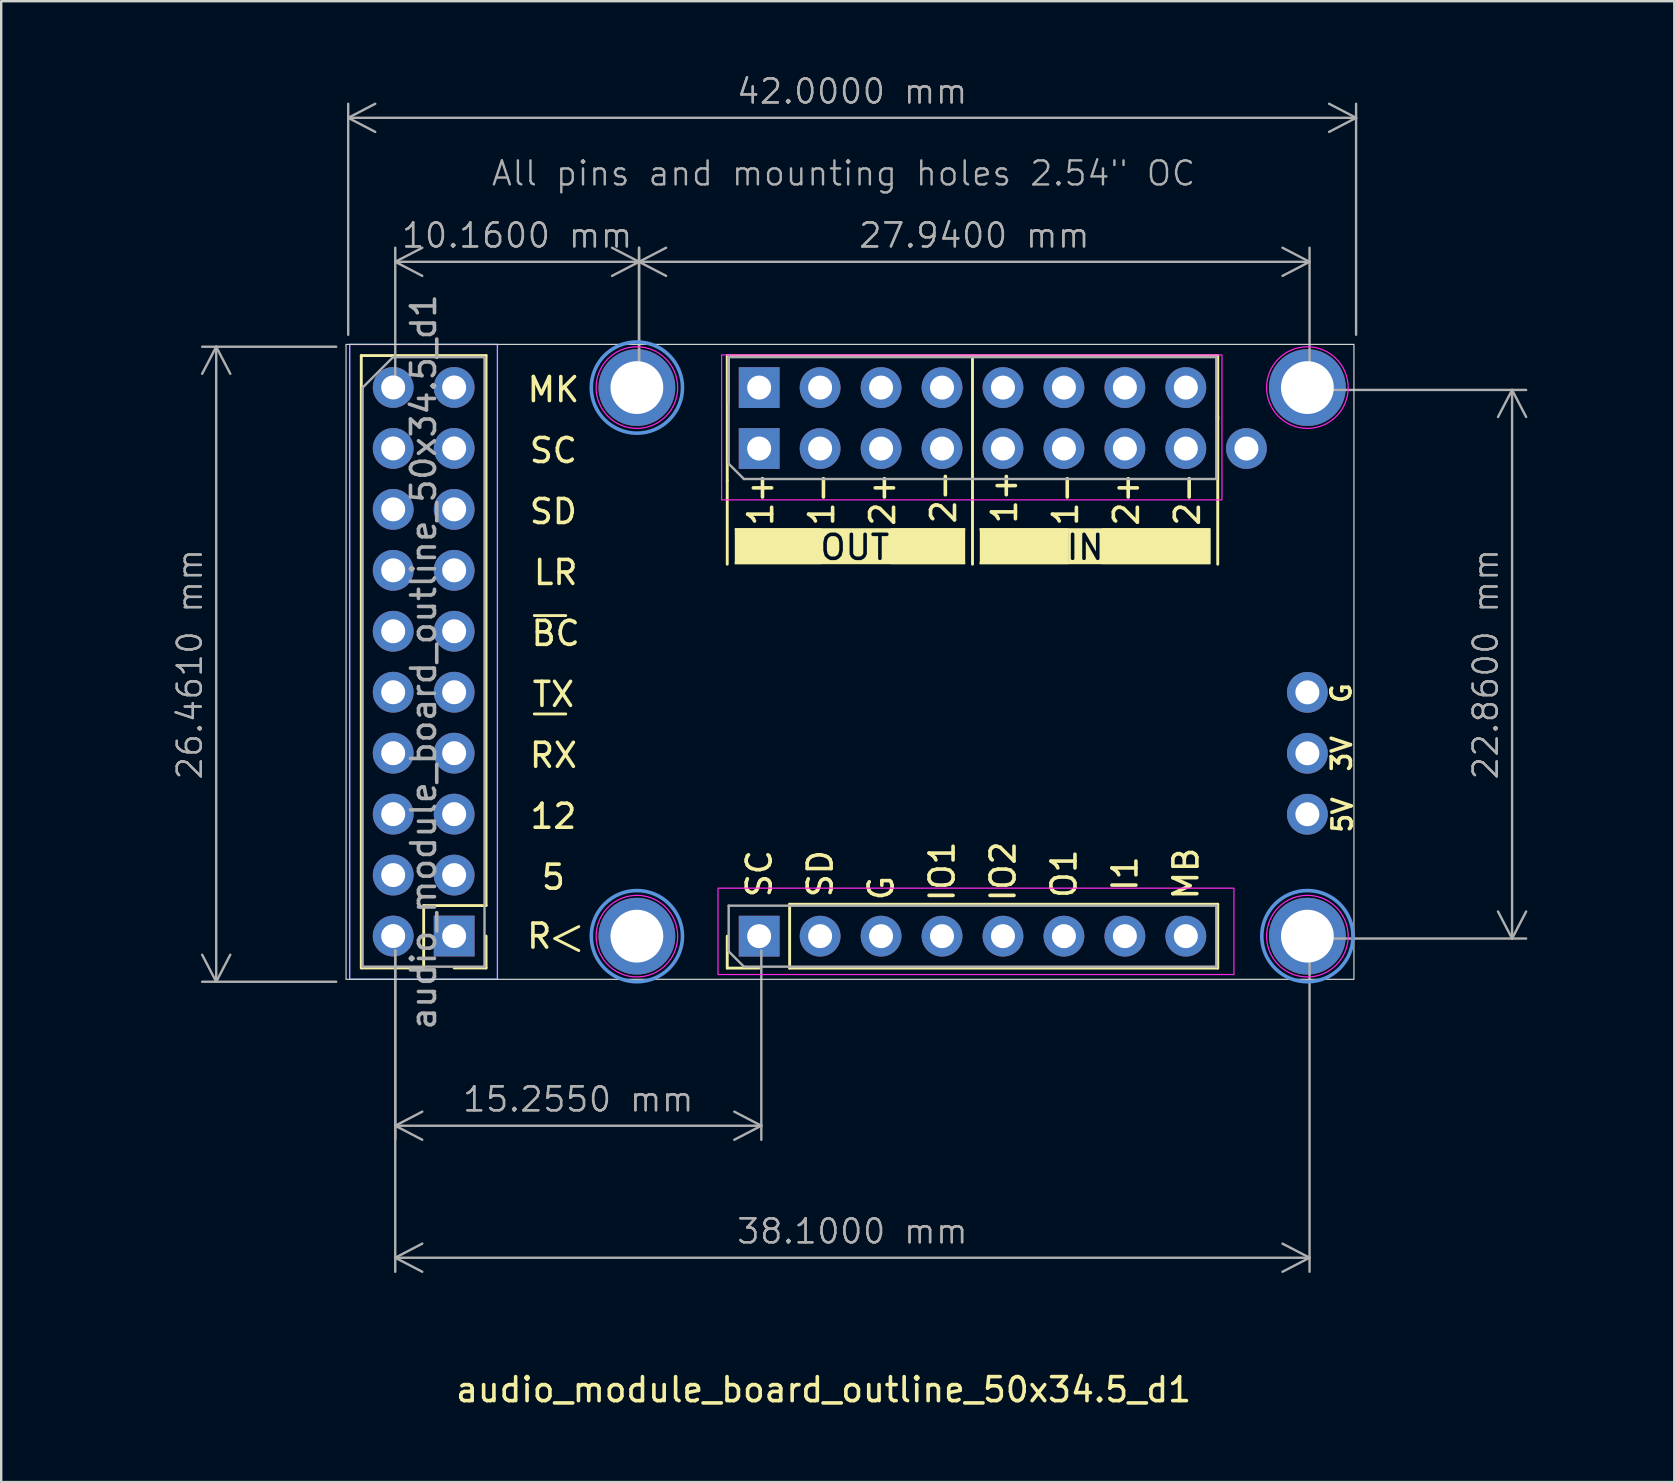
<source format=kicad_pcb>
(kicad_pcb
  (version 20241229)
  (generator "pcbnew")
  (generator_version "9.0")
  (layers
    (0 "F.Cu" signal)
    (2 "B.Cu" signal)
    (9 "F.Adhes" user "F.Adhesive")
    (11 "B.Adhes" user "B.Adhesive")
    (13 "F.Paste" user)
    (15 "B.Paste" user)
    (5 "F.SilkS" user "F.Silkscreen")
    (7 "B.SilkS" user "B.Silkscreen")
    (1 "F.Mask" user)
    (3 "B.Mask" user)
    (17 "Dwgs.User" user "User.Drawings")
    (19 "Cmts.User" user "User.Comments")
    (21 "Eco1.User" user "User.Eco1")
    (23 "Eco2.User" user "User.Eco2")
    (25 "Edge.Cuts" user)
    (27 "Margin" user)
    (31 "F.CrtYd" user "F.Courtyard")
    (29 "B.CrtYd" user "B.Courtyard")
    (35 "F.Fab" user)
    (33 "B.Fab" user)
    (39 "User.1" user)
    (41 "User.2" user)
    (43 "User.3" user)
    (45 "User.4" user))
  (footprint "audio_module_board_outline_50x34.5_d1"
    (layer "F.Cu")
    (at 11.37 37.761)
    (property "Reference" "audio_module_board_outline_50x34.5_d1" (at 19.9 17.1 180) (layer "F.SilkS") (effects (font (size 1 1) (thickness 0.15))))
    (attr through_hole dnp)
    (fp_line (start 0.635 -0.475) (end 0.635 -25.995) (stroke (width 0.12) (type solid)) (layer "F.SilkS"))
    (fp_line (start 3.235 -3.075) (end 3.235 -0.475) (stroke (width 0.12) (type solid)) (layer "F.SilkS"))
    (fp_line (start 3.235 -0.475) (end 0.635 -0.475) (stroke (width 0.12) (type solid)) (layer "F.SilkS"))
    (fp_line (start 5.835 -25.995) (end 0.635 -25.995) (stroke (width 0.12) (type solid)) (layer "F.SilkS"))
    (fp_line (start 5.835 -3.075) (end 3.235 -3.075) (stroke (width 0.12) (type solid)) (layer "F.SilkS"))
    (fp_line (start 5.835 -3.075) (end 5.835 -25.995) (stroke (width 0.12) (type solid)) (layer "F.SilkS"))
    (fp_line (start 5.835 -1.805) (end 5.835 -0.475) (stroke (width 0.12) (type solid)) (layer "F.SilkS"))
    (fp_line (start 5.835 -0.475) (end 4.505 -0.475) (stroke (width 0.12) (type solid)) (layer "F.SilkS"))
    (fp_line (start 7.845 -15.16) (end 9.155 -15.16) (stroke (width 0.12) (type solid)) (layer "F.SilkS"))
    (fp_line (start 8.7 -1.7) (end 9.7 -1.2) (stroke (width 0.12) (type solid)) (layer "F.SilkS"))
    (fp_line (start 9.155 -11.06) (end 7.845 -11.06) (stroke (width 0.12) (type solid)) (layer "F.SilkS"))
    (fp_line (start 9.7 -2.2) (end 8.7 -1.7) (stroke (width 0.12) (type solid)) (layer "F.SilkS"))
    (fp_line (start 15.885 -25.99) (end 36.325 -25.99) (stroke (width 0.12) (type solid)) (layer "F.SilkS"))
    (fp_line (start 15.885 -20.79) (end 15.885 -25.99) (stroke (width 0.12) (type solid)) (layer "F.SilkS"))
    (fp_line (start 15.885 -20.79) (end 15.885 -17.3) (stroke (width 0.12) (type solid)) (layer "F.SilkS"))
    (fp_line (start 15.885 -0.47) (end 15.885 -1.8) (stroke (width 0.12) (type solid)) (layer "F.SilkS"))
    (fp_line (start 17.215 -0.47) (end 15.885 -0.47) (stroke (width 0.12) (type solid)) (layer "F.SilkS"))
    (fp_line (start 18.485 -3.13) (end 36.325 -3.13) (stroke (width 0.12) (type solid)) (layer "F.SilkS"))
    (fp_line (start 18.485 -0.47) (end 18.485 -3.13) (stroke (width 0.12) (type solid)) (layer "F.SilkS"))
    (fp_line (start 18.485 -0.47) (end 36.325 -0.47) (stroke (width 0.12) (type solid)) (layer "F.SilkS"))
    (fp_line (start 26.105 -25.99) (end 26.105 -17.3) (stroke (width 0.12) (type solid)) (layer "F.SilkS"))
    (fp_line (start 36.325 -23.33) (end 36.325 -25.99) (stroke (width 0.12) (type solid)) (layer "F.SilkS"))
    (fp_line (start 36.325 -17.3) (end 36.325 -23.45) (stroke (width 0.12) (type solid)) (layer "F.SilkS"))
    (fp_line (start 36.325 -0.47) (end 36.325 -3.13) (stroke (width 0.12) (type solid)) (layer "F.SilkS"))
    (fp_rect (start 16.2 -18.8) (end 19.8 -17.3) (stroke (width 0) (type solid)) (fill yes) (layer "F.SilkS"))
    (fp_rect (start 16.2 -18.8) (end 25.8 -18.7) (stroke (width 0) (type solid)) (fill yes) (layer "F.SilkS"))
    (fp_rect (start 16.2 -17.4) (end 25.8 -17.3) (stroke (width 0) (type solid)) (fill yes) (layer "F.SilkS"))
    (fp_rect (start 22.7 -18.8) (end 25.8 -17.3) (stroke (width 0) (type solid)) (fill yes) (layer "F.SilkS"))
    (fp_rect (start 26.4 -18.8) (end 36 -18.7) (stroke (width 0) (type solid)) (fill yes) (layer "F.SilkS"))
    (fp_rect (start 26.4 -17.4) (end 36 -17.3) (stroke (width 0) (type solid)) (fill yes) (layer "F.SilkS"))
    (fp_rect (start 26.41 -18.8) (end 30.1 -17.3) (stroke (width 0) (type solid)) (fill yes) (layer "F.SilkS"))
    (fp_rect (start 31.5 -18.8) (end 36.03 -17.3) (stroke (width 0) (type solid)) (fill yes) (layer "F.SilkS"))
    (fp_circle (center 12.12 -24.66) (end 14.02 -24.66) (stroke (width 0.15) (type solid)) (fill no) (layer "Cmts.User"))
    (fp_circle (center 12.12 -1.8) (end 14.02 -1.8) (stroke (width 0.15) (type solid)) (fill no) (layer "Cmts.User"))
    (fp_circle (center 40.06 -1.8) (end 41.96 -1.8) (stroke (width 0.15) (type solid)) (fill no) (layer "Cmts.User"))
    (fp_rect (start 0 -26.46) (end 42 0) (stroke (width 0.05) (type default)) (fill no) (layer "Edge.Cuts"))
    (fp_rect (start 0.15 -26.46) (end 6.31 0) (stroke (width 0.05) (type default)) (fill no) (layer "B.CrtYd"))
    (fp_line (start 0.155 -26.455) (end 0.155 -0.005) (stroke (width 0.05) (type solid)) (layer "F.CrtYd"))
    (fp_line (start 0.155 -0.005) (end 6.305 -0.005) (stroke (width 0.05) (type solid)) (layer "F.CrtYd"))
    (fp_line (start 6.305 -26.455) (end 0.155 -26.455) (stroke (width 0.05) (type solid)) (layer "F.CrtYd"))
    (fp_line (start 6.305 -0.005) (end 6.305 -26.455) (stroke (width 0.05) (type solid)) (layer "F.CrtYd"))
    (fp_rect (start 15.5 -3.8) (end 37 -0.2) (stroke (width 0.05) (type default)) (fill no) (layer "F.CrtYd"))
    (fp_rect (start 15.65 -26.02) (end 36.5 -19.98) (stroke (width 0.05) (type default)) (fill no) (layer "F.CrtYd"))
    (fp_circle (center 12.12 -24.66) (end 13.82 -24.66) (stroke (width 0.05) (type solid)) (fill no) (layer "F.CrtYd"))
    (fp_circle (center 12.12 -1.8) (end 13.82 -1.8) (stroke (width 0.05) (type solid)) (fill no) (layer "F.CrtYd"))
    (fp_circle (center 40.06 -24.66) (end 41.76 -24.66) (stroke (width 0.05) (type solid)) (fill no) (layer "F.CrtYd"))
    (fp_circle (center 40.06 -1.8) (end 41.76 -1.8) (stroke (width 0.05) (type solid)) (fill no) (layer "F.CrtYd"))
    (fp_line (start 0.69 -24.66) (end 1.96 -25.93) (stroke (width 0.1) (type solid)) (layer "F.Fab"))
    (fp_line (start 0.69 -0.53) (end 0.69 -24.66) (stroke (width 0.1) (type solid)) (layer "F.Fab"))
    (fp_line (start 1.96 -25.93) (end 5.77 -25.93) (stroke (width 0.1) (type solid)) (layer "F.Fab"))
    (fp_line (start 5.77 -25.93) (end 5.77 -0.53) (stroke (width 0.1) (type solid)) (layer "F.Fab"))
    (fp_line (start 5.77 -0.53) (end 0.69 -0.53) (stroke (width 0.1) (type solid)) (layer "F.Fab"))
    (fp_line (start 15.945 -25.93) (end 36.265 -25.93) (stroke (width 0.1) (type solid)) (layer "F.Fab"))
    (fp_line (start 15.945 -24.025) (end 15.945 -25.93) (stroke (width 0.1) (type solid)) (layer "F.Fab"))
    (fp_line (start 15.945 -21.485) (end 15.945 -25.99) (stroke (width 0.1) (type solid)) (layer "F.Fab"))
    (fp_line (start 15.945 -3.07) (end 36.265 -3.07) (stroke (width 0.1) (type solid)) (layer "F.Fab"))
    (fp_line (start 15.945 -1.165) (end 15.945 -3.07) (stroke (width 0.1) (type solid)) (layer "F.Fab"))
    (fp_line (start 16.58 -20.85) (end 15.945 -21.485) (stroke (width 0.1) (type solid)) (layer "F.Fab"))
    (fp_line (start 16.58 -0.53) (end 15.945 -1.165) (stroke (width 0.1) (type solid)) (layer "F.Fab"))
    (fp_line (start 36.265 -25.93) (end 36.265 -23.39) (stroke (width 0.1) (type solid)) (layer "F.Fab"))
    (fp_line (start 36.265 -23.39) (end 36.265 -20.85) (stroke (width 0.1) (type solid)) (layer "F.Fab"))
    (fp_line (start 36.265 -20.85) (end 16.58 -20.85) (stroke (width 0.1) (type solid)) (layer "F.Fab"))
    (fp_line (start 36.265 -3.07) (end 36.265 -0.53) (stroke (width 0.1) (type solid)) (layer "F.Fab"))
    (fp_line (start 36.265 -0.53) (end 16.58 -0.53) (stroke (width 0.1) (type solid)) (layer "F.Fab"))
    (fp_text user "BC" (at 8.735 -14.415 0) (unlocked yes) (layer "F.SilkS") (effects (font (size 1 1) (thickness 0.15))))
    (fp_text user "OUT" (at 21.2 -18 0) (unlocked yes) (layer "F.SilkS" knockout) (effects (font (size 1 1) (thickness 0.15))))
    (fp_text user "1+" (at 17.28 -20.005 90) (unlocked yes) (layer "F.SilkS") (effects (font (size 1 1) (thickness 0.15))))
    (fp_text user "SC" (at 17.22 -4.405 90) (unlocked yes) (layer "F.SilkS") (effects (font (size 1 1) (thickness 0.15))))
    (fp_text user "2+" (at 32.52 -20.005 90) (unlocked yes) (layer "F.SilkS") (effects (font (size 1 1) (thickness 0.15))))
    (fp_text user "LR" (at 8.735 -16.955 0) (unlocked yes) (layer "F.SilkS") (effects (font (size 1 1) (thickness 0.15))))
    (fp_text user "SD" (at 19.76 -4.405 90) (unlocked yes) (layer "F.SilkS") (effects (font (size 1 1) (thickness 0.15))))
    (fp_text user "5" (at 8.64 -4.255 0) (unlocked yes) (layer "F.SilkS") (effects (font (size 1 1) (thickness 0.15))))
    (fp_text user "G" (at 41.475 -11.925 90) (unlocked yes) (layer "F.SilkS") (effects (font (size 0.8 0.8) (thickness 0.15))))
    (fp_text user "5V" (at 41.52 -6.85 90) (unlocked yes) (layer "F.SilkS") (effects (font (size 0.8 0.8) (thickness 0.15))))
    (fp_text user "R" (at 8.05 -1.8 0) (unlocked yes) (layer "F.SilkS") (effects (font (size 1 1) (thickness 0.15))))
    (fp_text user "MB" (at 35 -4.405 90) (unlocked yes) (layer "F.SilkS") (effects (font (size 1 1) (thickness 0.15))))
    (fp_text user "1-" (at 19.82 -20.005 90) (unlocked yes) (layer "F.SilkS") (effects (font (size 1 1) (thickness 0.15))))
    (fp_text user "SD" (at 8.64 -19.495 0) (unlocked yes) (layer "F.SilkS") (effects (font (size 1 1) (thickness 0.15))))
    (fp_text user "1+" (at 27.44 -20.1 90) (unlocked yes) (layer "F.SilkS") (effects (font (size 1 1) (thickness 0.15))))
    (fp_text user "3V" (at 41.49 -9.4 90) (unlocked yes) (layer "F.SilkS") (effects (font (size 0.8 0.8) (thickness 0.15))))
    (fp_text user "RX" (at 8.64 -9.335 0) (unlocked yes) (layer "F.SilkS") (effects (font (size 1 1) (thickness 0.15))))
    (fp_text user "IO1" (at 24.84 -4.5 90) (unlocked yes) (layer "F.SilkS") (effects (font (size 1 1) (thickness 0.15))))
    (fp_text user "TX" (at 8.64 -11.875 0) (unlocked yes) (layer "F.SilkS") (effects (font (size 1 1) (thickness 0.15))))
    (fp_text user "2+" (at 22.36 -20.005 90) (unlocked yes) (layer "F.SilkS") (effects (font (size 1 1) (thickness 0.15))))
    (fp_text user "I1" (at 32.46 -4.405 90) (unlocked yes) (layer "F.SilkS") (effects (font (size 1 1) (thickness 0.15))))
    (fp_text user "12" (at 8.64 -6.795 0) (unlocked yes) (layer "F.SilkS") (effects (font (size 1 1) (thickness 0.15))))
    (fp_text user "O1" (at 29.92 -4.405 90) (unlocked yes) (layer "F.SilkS") (effects (font (size 1 1) (thickness 0.15))))
    (fp_text user "1-" (at 29.98 -20.005 90) (unlocked yes) (layer "F.SilkS") (effects (font (size 1 1) (thickness 0.15))))
    (fp_text user "IN" (at 30.8 -18 0) (unlocked yes) (layer "F.SilkS" knockout) (effects (font (size 1 1) (thickness 0.15))))
    (fp_text user "G" (at 22.3 -3.805 90) (unlocked yes) (layer "F.SilkS") (effects (font (size 1 1) (thickness 0.15))))
    (fp_text user "MK" (at 8.64 -24.575 0) (unlocked yes) (layer "F.SilkS") (effects (font (size 1 1) (thickness 0.15))))
    (fp_text user "SC" (at 8.64 -22.035 0) (unlocked yes) (layer "F.SilkS") (effects (font (size 1 1) (thickness 0.15))))
    (fp_text user "2-" (at 35.06 -20.005 90) (unlocked yes) (layer "F.SilkS") (effects (font (size 1 1) (thickness 0.15))))
    (fp_text user "2-" (at 24.9 -20.1 90) (unlocked yes) (layer "F.SilkS") (effects (font (size 1 1) (thickness 0.15))))
    (fp_text user "IO2" (at 27.38 -4.5 90) (unlocked yes) (layer "F.SilkS") (effects (font (size 1 1) (thickness 0.15))))
    (fp_text user "${REFERENCE}" (at 3.23 -13.23 90) (layer "F.Fab") (effects (font (size 1 1) (thickness 0.15))))
    (fp_text user "All pins and mounting holes 2.54\" OC" (at 6 -33 0) (unlocked yes) (layer "F.Fab") (effects (font (size 1 1) (thickness 0.1)) (justify left bottom)))
    (dimension (type orthogonal) (layer "F.Fab") (pts (xy 13.42 36.06) (xy 28.675 36.06)) (height 7.8) (orientation 0) (format (prefix "") (suffix "") (units 3) (units_format 1) (precision 4)) (style (thickness 0.1) (arrow_length 1.27) (text_position_mode 0) (arrow_direction outward) (extension_height 0.586) (extension_offset 0.5) (keep_text_aligned yes)) (gr_text "15.2550 mm" (at 21.047 42.761 0) (layer "F.Fab") (effects (font (size 1 1) (thickness 0.1)))))
    (dimension (type orthogonal) (layer "F.Fab") (pts (xy 13.42 36.06) (xy 51.52 36.06)) (height 13.3) (orientation 0) (format (prefix "") (suffix "") (units 3) (units_format 1) (precision 4)) (style (thickness 0.1) (arrow_length 1.27) (text_position_mode 0) (arrow_direction outward) (extension_height 0.586) (extension_offset 0.5) (keep_text_aligned yes)) (gr_text "38.1000 mm" (at 32.47 48.261 0) (layer "F.Fab") (effects (font (size 1 1) (thickness 0.1)))))
    (dimension (type orthogonal) (layer "F.Fab") (pts (xy 23.58 13.2) (xy 51.52 13.2)) (height -5.34) (orientation 0) (format (prefix "") (suffix "") (units 3) (units_format 1) (precision 4)) (style (thickness 0.1) (arrow_length 1.27) (text_position_mode 0) (arrow_direction outward) (extension_height 0.586) (extension_offset 0.5) (keep_text_aligned yes)) (gr_text "27.9400 mm" (at 37.55 6.761 0) (layer "F.Fab") (effects (font (size 1 1) (thickness 0.1)))))
    (dimension (type orthogonal) (layer "F.Fab") (pts (xy 11.46 11.4) (xy 11.46 37.861)) (height -5.5) (orientation 1) (format (prefix "") (suffix "") (units 3) (units_format 1) (precision 4)) (style (thickness 0.1) (arrow_length 1.27) (text_position_mode 0) (arrow_direction outward) (extension_height 0.586) (extension_offset 0.5) (keep_text_aligned yes)) (gr_text "26.4600 mm" (at 4.86 24.631 90) (layer "F.Fab") (effects (font (size 1 1) (thickness 0.1)))))
    (dimension (type orthogonal) (layer "F.Fab") (pts (xy 11.46 11.4) (xy 53.46 11.4)) (height -9.54) (orientation 0) (format (prefix "") (suffix "") (units 3) (units_format 1) (precision 4)) (style (thickness 0.1) (arrow_length 1.27) (text_position_mode 0) (arrow_direction outward) (extension_height 0.586) (extension_offset 0.5) (keep_text_aligned yes)) (gr_text "42.0000 mm" (at 32.46 0.76 0) (layer "F.Fab") (effects (font (size 1 1) (thickness 0.1)))))
    (dimension (type orthogonal) (layer "F.Fab") (pts (xy 51.52 13.2) (xy 51.52 36.06)) (height 8.44) (orientation 1) (format (prefix "") (suffix "") (units 3) (units_format 1) (precision 4)) (style (thickness 0.1) (arrow_length 1.27) (text_position_mode 0) (arrow_direction outward) (extension_height 0.586) (extension_offset 0.5) (keep_text_aligned yes)) (gr_text "22.8600 mm" (at 58.86 24.631 90) (layer "F.Fab") (effects (font (size 1 1) (thickness 0.1)))))
    (dimension (type orthogonal) (layer "F.Fab") (pts (xy 13.42 13.2) (xy 23.58 13.2)) (height -5.34) (orientation 0) (format (prefix "") (suffix "") (units 3) (units_format 1) (precision 4)) (style (thickness 0.1) (arrow_length 1.27) (text_position_mode 0) (arrow_direction outward) (extension_height 0.586) (extension_offset 0.5) (keep_text_aligned yes)) (gr_text "10.1600 mm" (at 18.5 6.761 0) (layer "F.Fab") (effects (font (size 1 1) (thickness 0.1)))))
    (pad "1" thru_hole rect (at 4.505 -1.805 180) (size 1.7 1.7) (drill 1) (layers "*.Cu" "*.Mask"))
    (pad "2" thru_hole oval (at 1.965 -1.805 180) (size 1.7 1.7) (drill 1) (layers "*.Cu" "*.Mask"))
    (pad "3" thru_hole oval (at 4.505 -4.345 180) (size 1.7 1.7) (drill 1) (layers "*.Cu" "*.Mask"))
    (pad "4" thru_hole oval (at 1.965 -4.345 180) (size 1.7 1.7) (drill 1) (layers "*.Cu" "*.Mask"))
    (pad "5" thru_hole oval (at 4.505 -6.885 180) (size 1.7 1.7) (drill 1) (layers "*.Cu" "*.Mask"))
    (pad "6" thru_hole oval (at 1.965 -6.885 180) (size 1.7 1.7) (drill 1) (layers "*.Cu" "*.Mask"))
    (pad "7" thru_hole oval (at 4.505 -9.425 180) (size 1.7 1.7) (drill 1) (layers "*.Cu" "*.Mask"))
    (pad "8" thru_hole oval (at 1.965 -9.425 180) (size 1.7 1.7) (drill 1) (layers "*.Cu" "*.Mask"))
    (pad "9" thru_hole oval (at 4.505 -11.965 180) (size 1.7 1.7) (drill 1) (layers "*.Cu" "*.Mask"))
    (pad "10" thru_hole oval (at 1.965 -11.965 180) (size 1.7 1.7) (drill 1) (layers "*.Cu" "*.Mask"))
    (pad "11" thru_hole oval (at 4.505 -14.505 180) (size 1.7 1.7) (drill 1) (layers "*.Cu" "*.Mask"))
    (pad "12" thru_hole oval (at 1.965 -14.505 90) (size 1.7 1.7) (drill 1) (layers "*.Cu" "*.Mask"))
    (pad "13" thru_hole oval (at 4.505 -17.045 180) (size 1.7 1.7) (drill 1) (layers "*.Cu" "*.Mask"))
    (pad "14" thru_hole oval (at 1.965 -17.045 180) (size 1.7 1.7) (drill 1) (layers "*.Cu" "*.Mask"))
    (pad "15" thru_hole oval (at 4.505 -19.585 180) (size 1.7 1.7) (drill 1) (layers "*.Cu" "*.Mask"))
    (pad "16" thru_hole oval (at 1.965 -19.585 180) (size 1.7 1.7) (drill 1) (layers "*.Cu" "*.Mask"))
    (pad "17" thru_hole oval (at 4.505 -22.125 180) (size 1.7 1.7) (drill 1) (layers "*.Cu" "*.Mask"))
    (pad "18" thru_hole oval (at 1.965 -22.125 180) (size 1.7 1.7) (drill 1) (layers "*.Cu" "*.Mask"))
    (pad "19" thru_hole oval (at 4.505 -24.665 180) (size 1.7 1.7) (drill 1) (layers "*.Cu" "*.Mask"))
    (pad "20" thru_hole oval (at 1.965 -24.665 180) (size 1.7 1.7) (drill 1) (layers "*.Cu" "*.Mask"))
    (pad "21" thru_hole rect (at 17.215 -22.12 90) (size 1.7 1.7) (drill 1) (layers "*.Cu" "*.Mask"))
    (pad "22" thru_hole rect (at 17.215 -24.66 90) (size 1.7 1.7) (drill 1) (layers "*.Cu" "*.Mask"))
    (pad "23" thru_hole oval (at 19.755 -22.12 90) (size 1.7 1.7) (drill 1) (layers "*.Cu" "*.Mask"))
    (pad "24" thru_hole oval (at 19.755 -24.66 90) (size 1.7 1.7) (drill 1) (layers "*.Cu" "*.Mask"))
    (pad "25" thru_hole oval (at 22.295 -22.12 90) (size 1.7 1.7) (drill 1) (layers "*.Cu" "*.Mask"))
    (pad "26" thru_hole oval (at 22.295 -24.66 90) (size 1.7 1.7) (drill 1) (layers "*.Cu" "*.Mask"))
    (pad "27" thru_hole oval (at 24.835 -22.12 90) (size 1.7 1.7) (drill 1) (layers "*.Cu" "*.Mask"))
    (pad "28" thru_hole oval (at 24.835 -24.66 90) (size 1.7 1.7) (drill 1) (layers "*.Cu" "*.Mask"))
    (pad "29" thru_hole oval (at 27.375 -22.12 90) (size 1.7 1.7) (drill 1) (layers "*.Cu" "*.Mask"))
    (pad "30" thru_hole oval (at 27.375 -24.66 90) (size 1.7 1.7) (drill 1) (layers "*.Cu" "*.Mask"))
    (pad "31" thru_hole oval (at 29.915 -22.12 90) (size 1.7 1.7) (drill 1) (layers "*.Cu" "*.Mask"))
    (pad "32" thru_hole oval (at 29.915 -24.66 90) (size 1.7 1.7) (drill 1) (layers "*.Cu" "*.Mask"))
    (pad "33" thru_hole oval (at 32.455 -22.12 90) (size 1.7 1.7) (drill 1) (layers "*.Cu" "*.Mask"))
    (pad "34" thru_hole oval (at 32.455 -24.66 90) (size 1.7 1.7) (drill 1) (layers "*.Cu" "*.Mask"))
    (pad "35" thru_hole oval (at 34.995 -22.12 90) (size 1.7 1.7) (drill 1) (layers "*.Cu" "*.Mask"))
    (pad "36" thru_hole oval (at 34.995 -24.66 90) (size 1.7 1.7) (drill 1) (layers "*.Cu" "*.Mask"))
    (pad "37" thru_hole rect (at 17.215 -1.8 90) (size 1.7 1.7) (drill 1) (layers "*.Cu" "*.Mask"))
    (pad "38" thru_hole oval (at 19.755 -1.8 90) (size 1.7 1.7) (drill 1) (layers "*.Cu" "*.Mask"))
    (pad "39" thru_hole oval (at 22.295 -1.8 90) (size 1.7 1.7) (drill 1) (layers "*.Cu" "*.Mask"))
    (pad "40" thru_hole oval (at 24.835 -1.8 90) (size 1.7 1.7) (drill 1) (layers "*.Cu" "*.Mask"))
    (pad "41" thru_hole oval (at 27.375 -1.8 90) (size 1.7 1.7) (drill 1) (layers "*.Cu" "*.Mask"))
    (pad "42" thru_hole oval (at 29.915 -1.8 90) (size 1.7 1.7) (drill 1) (layers "*.Cu" "*.Mask"))
    (pad "43" thru_hole oval (at 32.455 -1.8 90) (size 1.7 1.7) (drill 1) (layers "*.Cu" "*.Mask"))
    (pad "44" thru_hole oval (at 34.995 -1.8 90) (size 1.7 1.7) (drill 1) (layers "*.Cu" "*.Mask"))
    (pad "45" thru_hole oval (at 40.06 -6.88 90) (size 1.7 1.7) (drill 1) (layers "*.Cu" "*.Mask"))
    (pad "46" thru_hole oval (at 40.06 -9.42 90) (size 1.7 1.7) (drill 1) (layers "*.Cu" "*.Mask"))
    (pad "47" thru_hole oval (at 40.06 -11.96 90) (size 1.7 1.7) (drill 1) (layers "*.Cu" "*.Mask"))
    (pad "48" thru_hole oval (at 37.52 -22.12 90) (size 1.7 1.7) (drill 1) (layers "*.Cu" "*.Mask"))
    (pad "49" thru_hole circle (at 12.12 -24.66) (size 3.2 3.2) (drill 2.2) (layers "*.Cu" "*.Mask"))
    (pad "50" thru_hole circle (at 40.06 -24.66) (size 3.2 3.2) (drill 2.2) (layers "*.Cu" "*.Mask"))
    (pad "51" thru_hole circle (at 12.12 -1.8) (size 3.2 3.2) (drill 2.2) (layers "*.Cu" "*.Mask"))
    (pad "52" thru_hole circle (at 40.06 -1.8) (size 3.2 3.2) (drill 2.2) (layers "*.Cu" "*.Mask")))
  (gr_rect
    (start -3 -3)
    (end 66.719 58.709)
    (stroke (width 0.1) (type default))
    (fill no)
    (layer "Edge.Cuts")))
</source>
